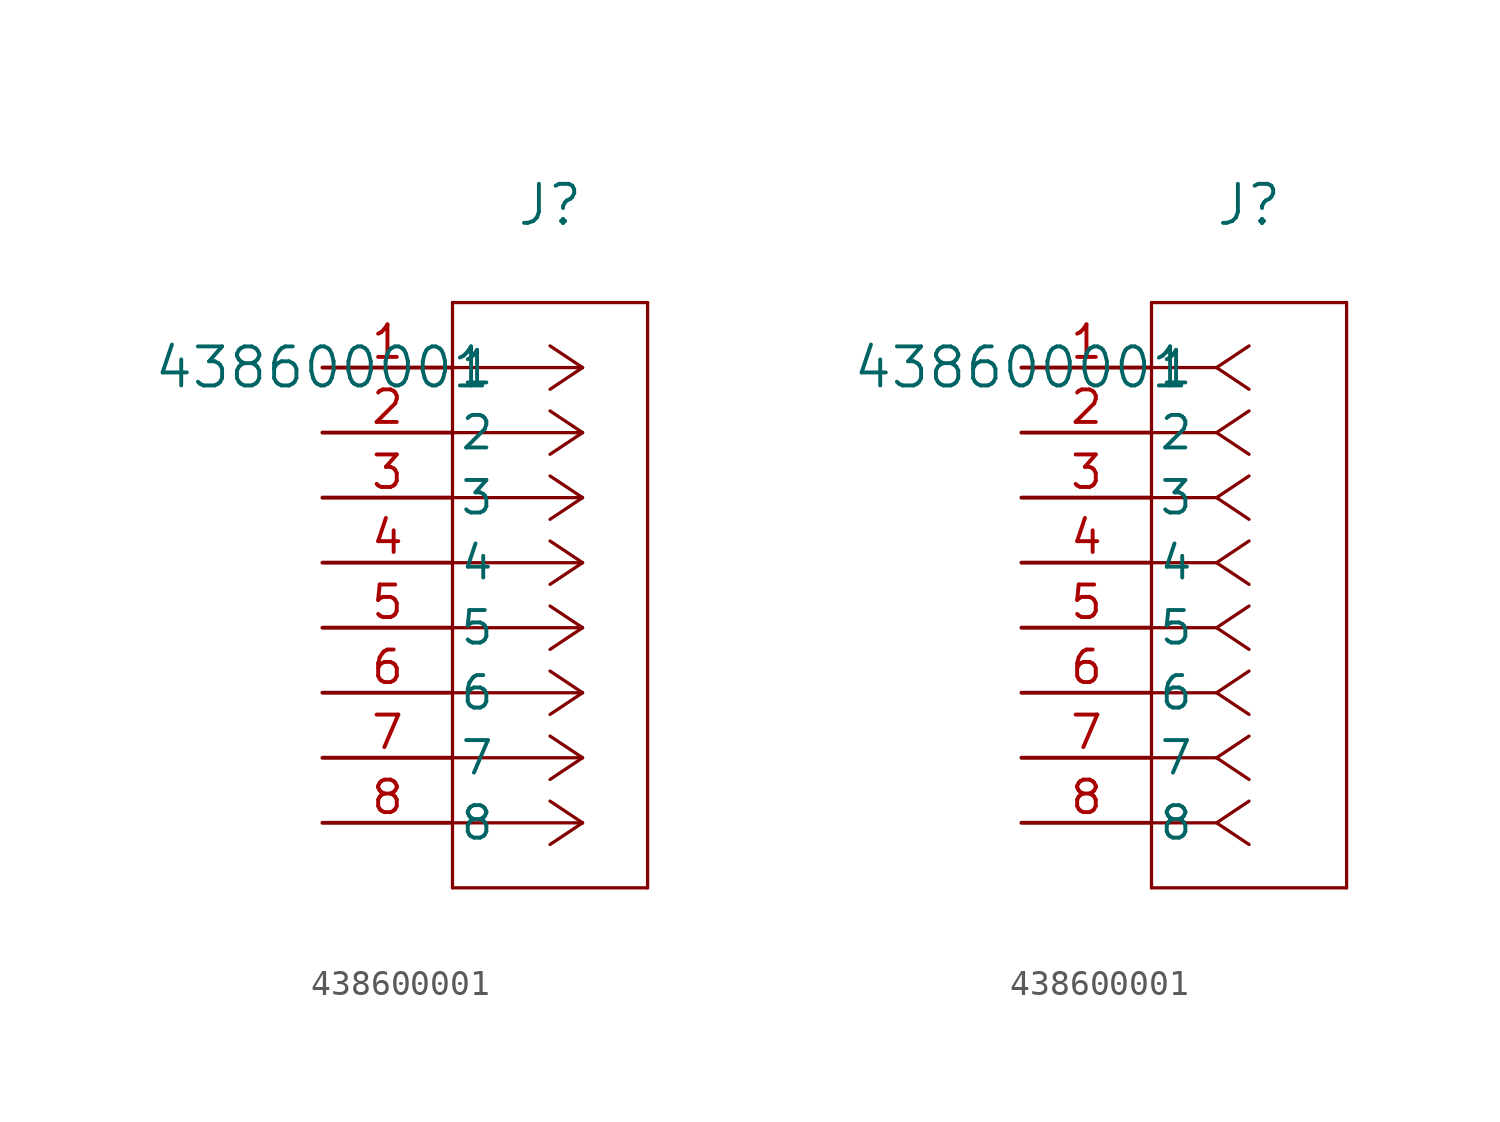
<source format=kicad_sym>
(kicad_symbol_lib
  (version 20211014)
  (generator kicad_symbol_editor)
  (symbol "438600001"
    (pin_names
      (offset 0.254))
    (property "Reference" "J"
      (at 8.89 6.35 0)
      (effects (font (size 1.524 1.524))))
    (property "Value" "438600001"
      (at 0 0 0)
      (effects (font (size 1.524 1.524))))
    (symbol "438600001_1_1"
      (polyline (pts (xy 10.16 0) (xy 5.08 0)) (stroke (width 0.127) (type default) (color 0 0 0 0)) (fill (type none)))
      (polyline (pts (xy 10.16 -2.54) (xy 5.08 -2.54)) (stroke (width 0.127) (type default) (color 0 0 0 0)) (fill (type none)))
      (polyline (pts (xy 10.16 -5.08) (xy 5.08 -5.08)) (stroke (width 0.127) (type default) (color 0 0 0 0)) (fill (type none)))
      (polyline (pts (xy 10.16 -7.62) (xy 5.08 -7.62)) (stroke (width 0.127) (type default) (color 0 0 0 0)) (fill (type none)))
      (polyline (pts (xy 10.16 -10.16) (xy 5.08 -10.16)) (stroke (width 0.127) (type default) (color 0 0 0 0)) (fill (type none)))
      (polyline (pts (xy 10.16 -12.7) (xy 5.08 -12.7)) (stroke (width 0.127) (type default) (color 0 0 0 0)) (fill (type none)))
      (polyline (pts (xy 10.16 -15.24) (xy 5.08 -15.24)) (stroke (width 0.127) (type default) (color 0 0 0 0)) (fill (type none)))
      (polyline (pts (xy 10.16 -17.78) (xy 5.08 -17.78)) (stroke (width 0.127) (type default) (color 0 0 0 0)) (fill (type none)))
      (polyline (pts (xy 10.16 0) (xy 8.89 0.847)) (stroke (width 0.127) (type default) (color 0 0 0 0)) (fill (type none)))
      (polyline (pts (xy 10.16 -2.54) (xy 8.89 -1.693)) (stroke (width 0.127) (type default) (color 0 0 0 0)) (fill (type none)))
      (polyline (pts (xy 10.16 -5.08) (xy 8.89 -4.233)) (stroke (width 0.127) (type default) (color 0 0 0 0)) (fill (type none)))
      (polyline (pts (xy 10.16 -7.62) (xy 8.89 -6.773)) (stroke (width 0.127) (type default) (color 0 0 0 0)) (fill (type none)))
      (polyline (pts (xy 10.16 -10.16) (xy 8.89 -9.313)) (stroke (width 0.127) (type default) (color 0 0 0 0)) (fill (type none)))
      (polyline (pts (xy 10.16 -12.7) (xy 8.89 -11.853)) (stroke (width 0.127) (type default) (color 0 0 0 0)) (fill (type none)))
      (polyline (pts (xy 10.16 -15.24) (xy 8.89 -14.393)) (stroke (width 0.127) (type default) (color 0 0 0 0)) (fill (type none)))
      (polyline (pts (xy 10.16 -17.78) (xy 8.89 -16.933)) (stroke (width 0.127) (type default) (color 0 0 0 0)) (fill (type none)))
      (polyline (pts (xy 10.16 0) (xy 8.89 -0.847)) (stroke (width 0.127) (type default) (color 0 0 0 0)) (fill (type none)))
      (polyline (pts (xy 10.16 -2.54) (xy 8.89 -3.387)) (stroke (width 0.127) (type default) (color 0 0 0 0)) (fill (type none)))
      (polyline (pts (xy 10.16 -5.08) (xy 8.89 -5.927)) (stroke (width 0.127) (type default) (color 0 0 0 0)) (fill (type none)))
      (polyline (pts (xy 10.16 -7.62) (xy 8.89 -8.467)) (stroke (width 0.127) (type default) (color 0 0 0 0)) (fill (type none)))
      (polyline (pts (xy 10.16 -10.16) (xy 8.89 -11.007)) (stroke (width 0.127) (type default) (color 0 0 0 0)) (fill (type none)))
      (polyline (pts (xy 10.16 -12.7) (xy 8.89 -13.547)) (stroke (width 0.127) (type default) (color 0 0 0 0)) (fill (type none)))
      (polyline (pts (xy 10.16 -15.24) (xy 8.89 -16.087)) (stroke (width 0.127) (type default) (color 0 0 0 0)) (fill (type none)))
      (polyline (pts (xy 10.16 -17.78) (xy 8.89 -18.627)) (stroke (width 0.127) (type default) (color 0 0 0 0)) (fill (type none)))
      (polyline (pts (xy 5.08 2.54) (xy 5.08 -20.32)) (stroke (width 0.127) (type default) (color 0 0 0 0)) (fill (type none)))
      (polyline (pts (xy 5.08 -20.32) (xy 12.7 -20.32)) (stroke (width 0.127) (type default) (color 0 0 0 0)) (fill (type none)))
      (polyline (pts (xy 12.7 -20.32) (xy 12.7 2.54)) (stroke (width 0.127) (type default) (color 0 0 0 0)) (fill (type none)))
      (polyline (pts (xy 12.7 2.54) (xy 5.08 2.54)) (stroke (width 0.127) (type default) (color 0 0 0 0)) (fill (type none)))
      (pin unspecified line (at 0 0 0) (length 5.08) (name "1" (effects (font (size 1.27 1.27)))) (number "1" (effects (font (size 1.27 1.27)))))
      (pin unspecified line (at 0 -2.54 0) (length 5.08) (name "2" (effects (font (size 1.27 1.27)))) (number "2" (effects (font (size 1.27 1.27)))))
      (pin unspecified line (at 0 -5.08 0) (length 5.08) (name "3" (effects (font (size 1.27 1.27)))) (number "3" (effects (font (size 1.27 1.27)))))
      (pin unspecified line (at 0 -7.62 0) (length 5.08) (name "4" (effects (font (size 1.27 1.27)))) (number "4" (effects (font (size 1.27 1.27)))))
      (pin unspecified line (at 0 -10.16 0) (length 5.08) (name "5" (effects (font (size 1.27 1.27)))) (number "5" (effects (font (size 1.27 1.27)))))
      (pin unspecified line (at 0 -12.7 0) (length 5.08) (name "6" (effects (font (size 1.27 1.27)))) (number "6" (effects (font (size 1.27 1.27)))))
      (pin unspecified line (at 0 -15.24 0) (length 5.08) (name "7" (effects (font (size 1.27 1.27)))) (number "7" (effects (font (size 1.27 1.27)))))
      (pin unspecified line (at 0 -17.78 0) (length 5.08) (name "8" (effects (font (size 1.27 1.27)))) (number "8" (effects (font (size 1.27 1.27))))))
    (symbol "438600001_1_2"
      (polyline (pts (xy 7.62 0) (xy 5.08 0)) (stroke (width 0.127) (type default) (color 0 0 0 0)) (fill (type none)))
      (polyline (pts (xy 7.62 -2.54) (xy 5.08 -2.54)) (stroke (width 0.127) (type default) (color 0 0 0 0)) (fill (type none)))
      (polyline (pts (xy 7.62 -5.08) (xy 5.08 -5.08)) (stroke (width 0.127) (type default) (color 0 0 0 0)) (fill (type none)))
      (polyline (pts (xy 7.62 -7.62) (xy 5.08 -7.62)) (stroke (width 0.127) (type default) (color 0 0 0 0)) (fill (type none)))
      (polyline (pts (xy 7.62 -10.16) (xy 5.08 -10.16)) (stroke (width 0.127) (type default) (color 0 0 0 0)) (fill (type none)))
      (polyline (pts (xy 7.62 -12.7) (xy 5.08 -12.7)) (stroke (width 0.127) (type default) (color 0 0 0 0)) (fill (type none)))
      (polyline (pts (xy 7.62 -15.24) (xy 5.08 -15.24)) (stroke (width 0.127) (type default) (color 0 0 0 0)) (fill (type none)))
      (polyline (pts (xy 7.62 -17.78) (xy 5.08 -17.78)) (stroke (width 0.127) (type default) (color 0 0 0 0)) (fill (type none)))
      (polyline (pts (xy 7.62 0) (xy 8.89 0.847)) (stroke (width 0.127) (type default) (color 0 0 0 0)) (fill (type none)))
      (polyline (pts (xy 7.62 -2.54) (xy 8.89 -1.693)) (stroke (width 0.127) (type default) (color 0 0 0 0)) (fill (type none)))
      (polyline (pts (xy 7.62 -5.08) (xy 8.89 -4.233)) (stroke (width 0.127) (type default) (color 0 0 0 0)) (fill (type none)))
      (polyline (pts (xy 7.62 -7.62) (xy 8.89 -6.773)) (stroke (width 0.127) (type default) (color 0 0 0 0)) (fill (type none)))
      (polyline (pts (xy 7.62 -10.16) (xy 8.89 -9.313)) (stroke (width 0.127) (type default) (color 0 0 0 0)) (fill (type none)))
      (polyline (pts (xy 7.62 -12.7) (xy 8.89 -11.853)) (stroke (width 0.127) (type default) (color 0 0 0 0)) (fill (type none)))
      (polyline (pts (xy 7.62 -15.24) (xy 8.89 -14.393)) (stroke (width 0.127) (type default) (color 0 0 0 0)) (fill (type none)))
      (polyline (pts (xy 7.62 -17.78) (xy 8.89 -16.933)) (stroke (width 0.127) (type default) (color 0 0 0 0)) (fill (type none)))
      (polyline (pts (xy 7.62 0) (xy 8.89 -0.847)) (stroke (width 0.127) (type default) (color 0 0 0 0)) (fill (type none)))
      (polyline (pts (xy 7.62 -2.54) (xy 8.89 -3.387)) (stroke (width 0.127) (type default) (color 0 0 0 0)) (fill (type none)))
      (polyline (pts (xy 7.62 -5.08) (xy 8.89 -5.927)) (stroke (width 0.127) (type default) (color 0 0 0 0)) (fill (type none)))
      (polyline (pts (xy 7.62 -7.62) (xy 8.89 -8.467)) (stroke (width 0.127) (type default) (color 0 0 0 0)) (fill (type none)))
      (polyline (pts (xy 7.62 -10.16) (xy 8.89 -11.007)) (stroke (width 0.127) (type default) (color 0 0 0 0)) (fill (type none)))
      (polyline (pts (xy 7.62 -12.7) (xy 8.89 -13.547)) (stroke (width 0.127) (type default) (color 0 0 0 0)) (fill (type none)))
      (polyline (pts (xy 7.62 -15.24) (xy 8.89 -16.087)) (stroke (width 0.127) (type default) (color 0 0 0 0)) (fill (type none)))
      (polyline (pts (xy 7.62 -17.78) (xy 8.89 -18.627)) (stroke (width 0.127) (type default) (color 0 0 0 0)) (fill (type none)))
      (polyline (pts (xy 5.08 2.54) (xy 5.08 -20.32)) (stroke (width 0.127) (type default) (color 0 0 0 0)) (fill (type none)))
      (polyline (pts (xy 5.08 -20.32) (xy 12.7 -20.32)) (stroke (width 0.127) (type default) (color 0 0 0 0)) (fill (type none)))
      (polyline (pts (xy 12.7 -20.32) (xy 12.7 2.54)) (stroke (width 0.127) (type default) (color 0 0 0 0)) (fill (type none)))
      (polyline (pts (xy 12.7 2.54) (xy 5.08 2.54)) (stroke (width 0.127) (type default) (color 0 0 0 0)) (fill (type none)))
      (pin unspecified line (at 0 0 0) (length 5.08) (name "1" (effects (font (size 1.27 1.27)))) (number "1" (effects (font (size 1.27 1.27)))))
      (pin unspecified line (at 0 -2.54 0) (length 5.08) (name "2" (effects (font (size 1.27 1.27)))) (number "2" (effects (font (size 1.27 1.27)))))
      (pin unspecified line (at 0 -5.08 0) (length 5.08) (name "3" (effects (font (size 1.27 1.27)))) (number "3" (effects (font (size 1.27 1.27)))))
      (pin unspecified line (at 0 -7.62 0) (length 5.08) (name "4" (effects (font (size 1.27 1.27)))) (number "4" (effects (font (size 1.27 1.27)))))
      (pin unspecified line (at 0 -10.16 0) (length 5.08) (name "5" (effects (font (size 1.27 1.27)))) (number "5" (effects (font (size 1.27 1.27)))))
      (pin unspecified line (at 0 -12.7 0) (length 5.08) (name "6" (effects (font (size 1.27 1.27)))) (number "6" (effects (font (size 1.27 1.27)))))
      (pin unspecified line (at 0 -15.24 0) (length 5.08) (name "7" (effects (font (size 1.27 1.27)))) (number "7" (effects (font (size 1.27 1.27)))))
      (pin unspecified line (at 0 -17.78 0) (length 5.08) (name "8" (effects (font (size 1.27 1.27)))) (number "8" (effects (font (size 1.27 1.27))))))))
</source>
